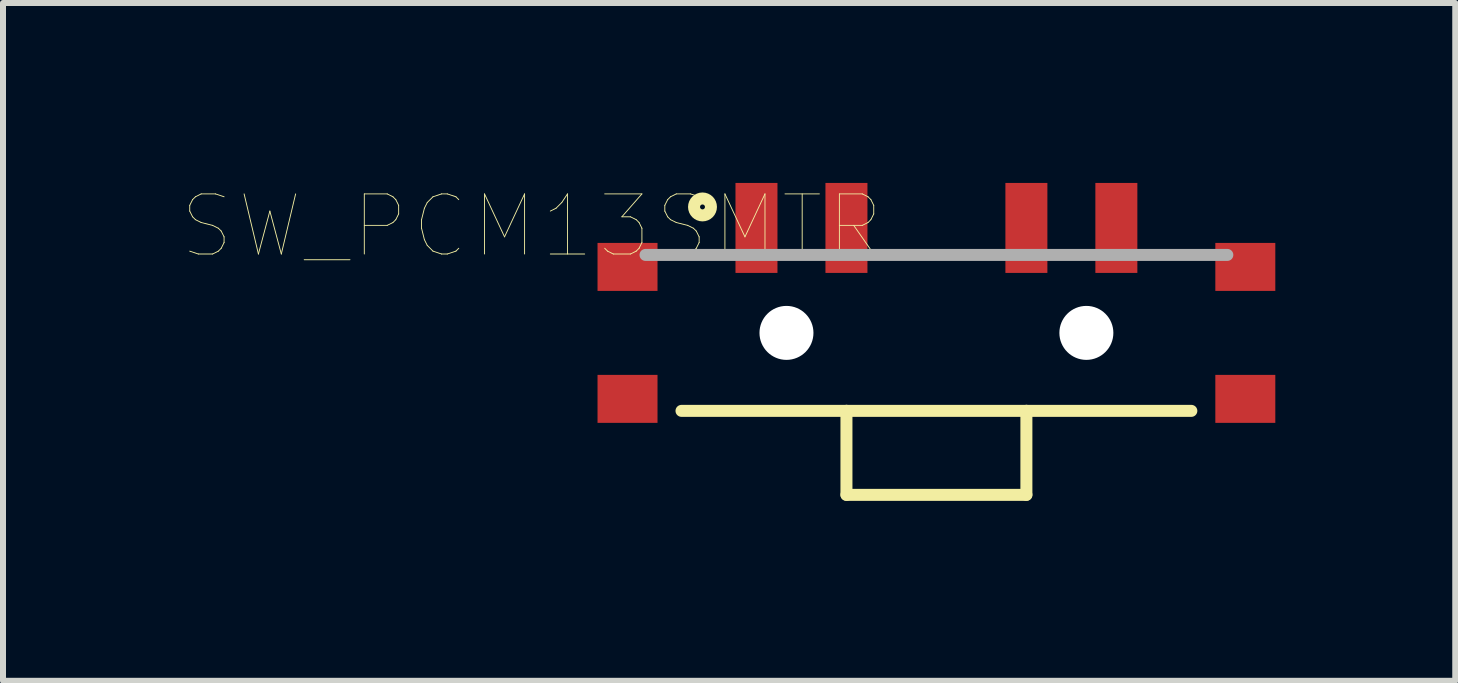
<source format=kicad_pcb>
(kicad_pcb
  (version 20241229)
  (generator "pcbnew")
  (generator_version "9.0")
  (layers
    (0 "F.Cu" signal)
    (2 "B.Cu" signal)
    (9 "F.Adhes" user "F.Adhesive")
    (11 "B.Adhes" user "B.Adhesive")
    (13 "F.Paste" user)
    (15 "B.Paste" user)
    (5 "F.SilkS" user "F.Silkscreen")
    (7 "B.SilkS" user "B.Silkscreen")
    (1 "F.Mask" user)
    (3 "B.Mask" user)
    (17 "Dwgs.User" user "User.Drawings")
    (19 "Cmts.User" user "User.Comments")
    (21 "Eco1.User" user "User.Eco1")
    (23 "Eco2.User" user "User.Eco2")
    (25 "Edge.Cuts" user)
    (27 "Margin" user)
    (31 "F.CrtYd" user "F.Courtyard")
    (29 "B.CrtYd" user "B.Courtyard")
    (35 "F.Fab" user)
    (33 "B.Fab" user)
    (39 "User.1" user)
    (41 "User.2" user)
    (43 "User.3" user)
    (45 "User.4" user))
  (footprint "SW_PCM13SMTR"
    (layer "F.Cu")
    (at 12.562 2.5)
    (property "Reference" "SW_PCM13SMTR" (at -6.747 -1.778 180) (layer "F.SilkS") (effects (font (size 1.002 1.002) (thickness 0.015))))
    (attr through_hole)
    (fp_line (start -1.5 1.3) (end -4.25 1.3) (stroke (width 0.2) (type solid)) (layer "F.SilkS"))
    (fp_line (start -1.5 1.3) (end -1.5 2.7) (stroke (width 0.2) (type solid)) (layer "F.SilkS"))
    (fp_line (start -1.5 2.7) (end 1.5 2.7) (stroke (width 0.2) (type solid)) (layer "F.SilkS"))
    (fp_line (start 1.5 1.3) (end -1.5 1.3) (stroke (width 0.2) (type solid)) (layer "F.SilkS"))
    (fp_line (start 1.5 2.7) (end 1.5 1.3) (stroke (width 0.2) (type solid)) (layer "F.SilkS"))
    (fp_line (start 4.25 1.3) (end 1.5 1.3) (stroke (width 0.2) (type solid)) (layer "F.SilkS"))
    (fp_circle (center -3.9 -2.1) (end -3.759 -2.1) (stroke (width 0.2) (type solid)) (fill no) (layer "F.SilkS"))
    (fp_line (start -4.85 -1.3) (end 4.85 -1.3) (stroke (width 0.2) (type solid)) (layer "F.Fab"))
    (pad "" np_thru_hole circle (at -2.5 0) (size 0.9 0.9) (drill 0.9) (layers "*.Cu" "*.Mask"))
    (pad "" np_thru_hole circle (at 2.5 0) (size 0.9 0.9) (drill 0.9) (layers "*.Cu" "*.Mask"))
    (pad "1" smd rect (at -3 -1.75) (size 0.7 1.5) (layers "F.Cu" "F.Mask" "F.Paste"))
    (pad "2" smd rect (at -1.5 -1.75) (size 0.7 1.5) (layers "F.Cu" "F.Mask" "F.Paste"))
    (pad "3" smd rect (at 1.5 -1.75) (size 0.7 1.5) (layers "F.Cu" "F.Mask" "F.Paste"))
    (pad "4" smd rect (at 3 -1.75) (size 0.7 1.5) (layers "F.Cu" "F.Mask" "F.Paste"))
    (pad "P$1" smd rect (at -5.15 -1.1) (size 1 0.8) (layers "F.Cu" "F.Mask" "F.Paste"))
    (pad "P$2" smd rect (at -5.15 1.1) (size 1 0.8) (layers "F.Cu" "F.Mask" "F.Paste"))
    (pad "P$3" smd rect (at 5.15 -1.1) (size 1 0.8) (layers "F.Cu" "F.Mask" "F.Paste"))
    (pad "P$4" smd rect (at 5.15 1.1) (size 1 0.8) (layers "F.Cu" "F.Mask" "F.Paste")))
  (gr_rect
    (start -3 -3)
    (end 21.212 8.3)
    (stroke (width 0.1) (type default))
    (fill no)
    (layer "Edge.Cuts")))
</source>
